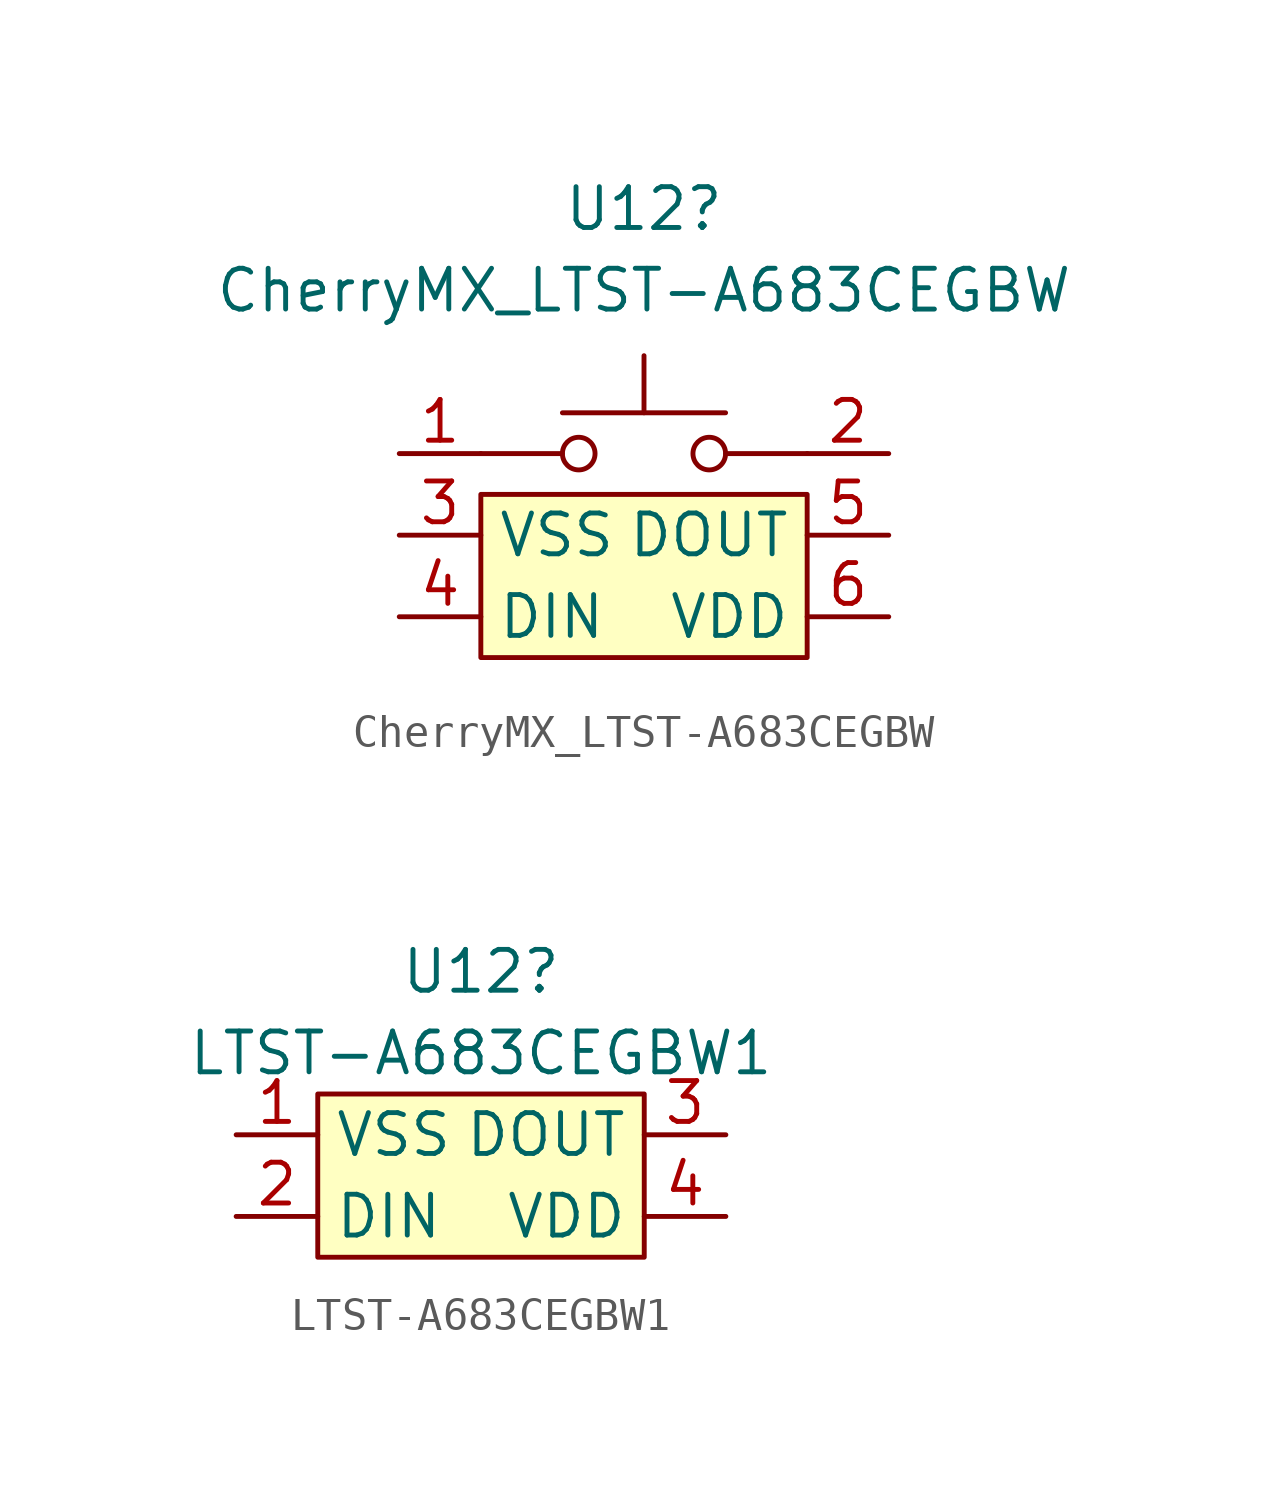
<source format=kicad_sym>
(kicad_symbol_lib
  (version 20211014)
  (generator kicad_symbol_editor)
  (symbol "CherryMX_LTST-A683CEGBW"
    (property "Reference" "U12"
      (at 0 10.16 0)
      (effects (font (size 1.27 1.27))))
    (property "Value" "CherryMX_LTST-A683CEGBW"
      (at 0 7.62 0)
      (effects (font (size 1.27 1.27))))
    (symbol "CherryMX_LTST-A683CEGBW_0_1"
      (rectangle (start -5.08 1.27) (end 5.08 -3.81) (stroke (width 0) (type default) (color 0 0 0 0)) (fill (type background)))
      (polyline (pts (xy -5.08 2.54) (xy -2.54 2.54)) (stroke (width 0) (type default) (color 0 0 0 0)) (fill (type none)))
      (polyline (pts (xy 2.54 2.54) (xy 5.08 2.54)) (stroke (width 0) (type default) (color 0 0 0 0)) (fill (type none))))
    (symbol "CherryMX_LTST-A683CEGBW_1_1"
      (circle (center -2.032 2.54) (radius 0.508) (stroke (width 0) (type default) (color 0 0 0 0)) (fill (type none)))
      (polyline (pts (xy 0 3.81) (xy 0 5.588)) (stroke (width 0) (type default) (color 0 0 0 0)) (fill (type none)))
      (polyline (pts (xy 2.54 3.81) (xy -2.54 3.81)) (stroke (width 0) (type default) (color 0 0 0 0)) (fill (type none)))
      (circle (center 2.032 2.54) (radius 0.508) (stroke (width 0) (type default) (color 0 0 0 0)) (fill (type none)))
      (pin passive line (at -7.62 2.54 0) (length 2.54) (name "~" (effects (font (size 1.27 1.27)))) (number "1" (effects (font (size 1.27 1.27)))))
      (pin passive line (at 7.62 2.54 180) (length 2.54) (name "~" (effects (font (size 1.27 1.27)))) (number "2" (effects (font (size 1.27 1.27)))))
      (pin power_in line (at -7.62 0 0) (length 2.54) (name "VSS" (effects (font (size 1.27 1.27)))) (number "3" (effects (font (size 1.27 1.27)))))
      (pin input line (at -7.62 -2.54 0) (length 2.54) (name "DIN" (effects (font (size 1.27 1.27)))) (number "4" (effects (font (size 1.27 1.27)))))
      (pin output line (at 7.62 0 180) (length 2.54) (name "DOUT" (effects (font (size 1.27 1.27)))) (number "5" (effects (font (size 1.27 1.27)))))
      (pin power_in line (at 7.62 -2.54 180) (length 2.54) (name "VDD" (effects (font (size 1.27 1.27)))) (number "6" (effects (font (size 1.27 1.27)))))))
  (symbol "LTST-A683CEGBW1"
    (property "Reference" "U12"
      (at 0 6.35 0)
      (effects (font (size 1.27 1.27))))
    (property "Value" "LTST-A683CEGBW1"
      (at 0 3.81 0)
      (effects (font (size 1.27 1.27))))
    (symbol "LTST-A683CEGBW1_0_1"
      (rectangle (start -5.08 2.54) (end 5.08 -2.54) (stroke (width 0) (type default) (color 0 0 0 0)) (fill (type background))))
    (symbol "LTST-A683CEGBW1_1_1"
      (pin power_in line (at -7.62 1.27 0) (length 2.54) (name "VSS" (effects (font (size 1.27 1.27)))) (number "1" (effects (font (size 1.27 1.27)))))
      (pin input line (at -7.62 -1.27 0) (length 2.54) (name "DIN" (effects (font (size 1.27 1.27)))) (number "2" (effects (font (size 1.27 1.27)))))
      (pin output line (at 7.62 1.27 180) (length 2.54) (name "DOUT" (effects (font (size 1.27 1.27)))) (number "3" (effects (font (size 1.27 1.27)))))
      (pin power_in line (at 7.62 -1.27 180) (length 2.54) (name "VDD" (effects (font (size 1.27 1.27)))) (number "4" (effects (font (size 1.27 1.27))))))))
</source>
